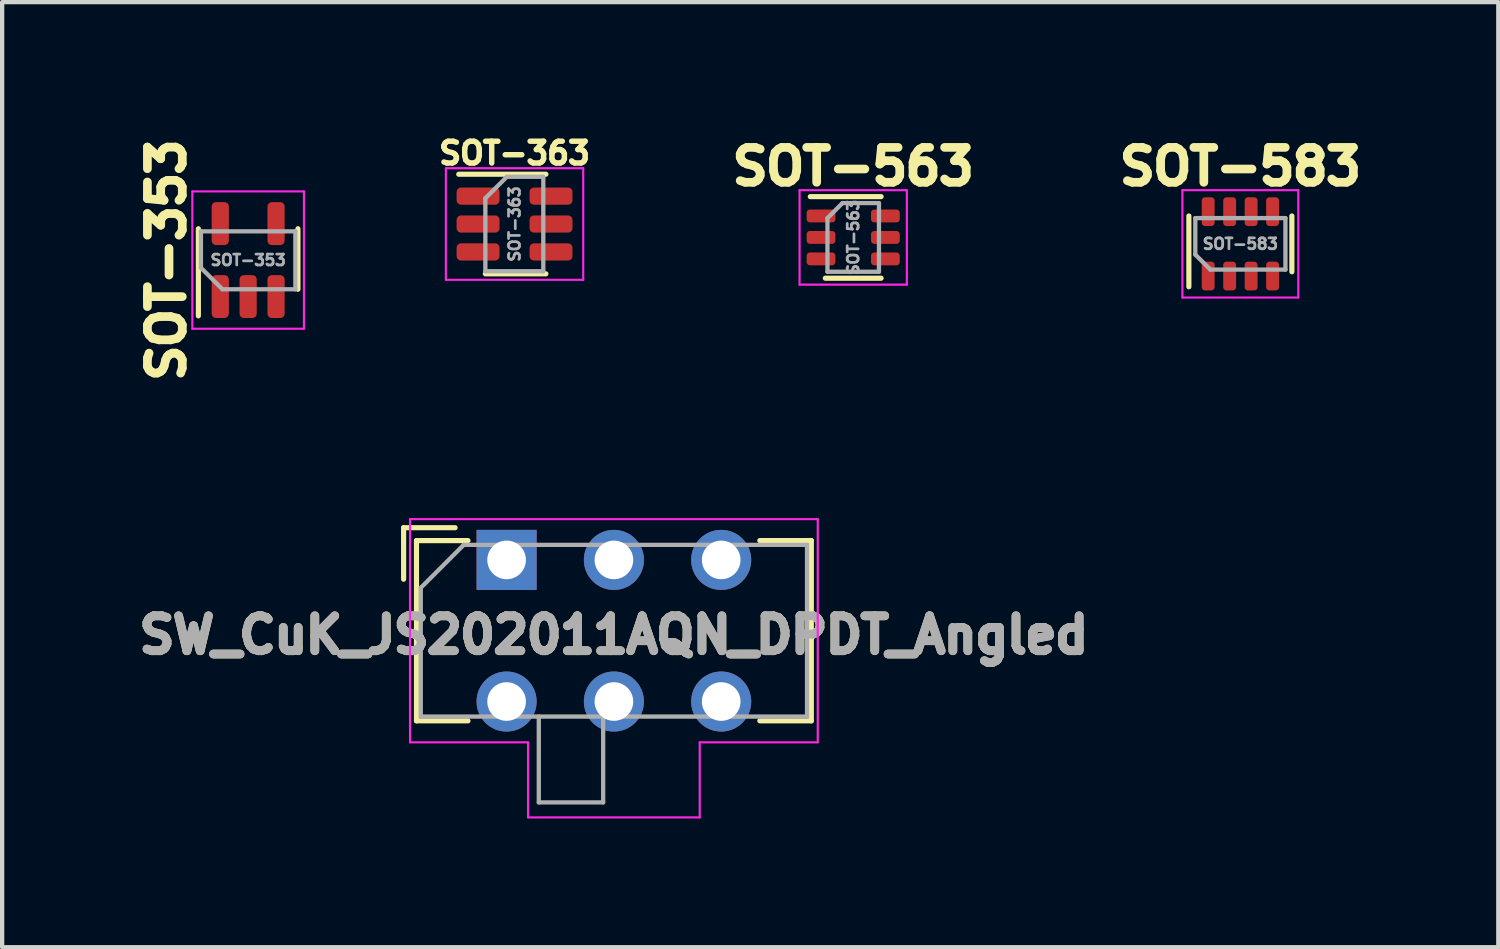
<source format=kicad_pcb>
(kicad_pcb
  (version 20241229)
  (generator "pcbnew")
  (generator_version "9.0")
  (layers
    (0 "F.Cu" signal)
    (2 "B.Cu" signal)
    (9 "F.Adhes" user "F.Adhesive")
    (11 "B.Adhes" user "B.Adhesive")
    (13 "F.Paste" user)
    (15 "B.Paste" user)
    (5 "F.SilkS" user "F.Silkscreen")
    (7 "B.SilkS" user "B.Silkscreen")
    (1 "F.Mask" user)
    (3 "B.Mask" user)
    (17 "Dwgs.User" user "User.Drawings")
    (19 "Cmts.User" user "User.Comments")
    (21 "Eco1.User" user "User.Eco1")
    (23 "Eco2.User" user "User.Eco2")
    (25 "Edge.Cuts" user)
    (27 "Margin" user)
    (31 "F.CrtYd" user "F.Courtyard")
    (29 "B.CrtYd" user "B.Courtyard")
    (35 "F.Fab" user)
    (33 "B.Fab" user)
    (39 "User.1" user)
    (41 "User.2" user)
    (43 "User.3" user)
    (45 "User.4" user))
  (footprint "SOT-363"
    (layer "F.Cu")
    (at 8.939 2.17)
    (property "Reference" "SOT-363" (at 0 -1.65 0) (layer "F.SilkS") (effects (font (size 0.508 0.508) (thickness 0.127))))
    (attr smd)
    (fp_line (start -0.68 1.16) (end 0.73 1.16) (stroke (width 0.12) (type solid)) (layer "F.SilkS"))
    (fp_line (start 0.73 -1.16) (end -1.3 -1.16) (stroke (width 0.12) (type solid)) (layer "F.SilkS"))
    (fp_line (start -1.6 -1.3) (end 1.6 -1.3) (stroke (width 0.05) (type solid)) (layer "F.CrtYd"))
    (fp_line (start -1.6 1.3) (end -1.6 -1.3) (stroke (width 0.05) (type solid)) (layer "F.CrtYd"))
    (fp_line (start 1.6 -1.3) (end 1.6 1.3) (stroke (width 0.05) (type solid)) (layer "F.CrtYd"))
    (fp_line (start 1.6 1.3) (end -1.6 1.3) (stroke (width 0.05) (type solid)) (layer "F.CrtYd"))
    (fp_line (start -0.68 -0.6) (end -0.68 1.1) (stroke (width 0.1) (type solid)) (layer "F.Fab"))
    (fp_line (start -0.18 -1.1) (end -0.68 -0.6) (stroke (width 0.1) (type solid)) (layer "F.Fab"))
    (fp_line (start 0.67 -1.1) (end -0.18 -1.1) (stroke (width 0.1) (type solid)) (layer "F.Fab"))
    (fp_line (start 0.67 -1.1) (end 0.67 1.1) (stroke (width 0.1) (type solid)) (layer "F.Fab"))
    (fp_line (start 0.67 1.1) (end -0.68 1.1) (stroke (width 0.1) (type solid)) (layer "F.Fab"))
    (fp_text user "${REFERENCE}" (at 0 0 90) (layer "F.Fab") (effects (font (size 0.254 0.254) (thickness 0.064))))
    (pad "1" smd roundrect (at -0.85 -0.65) (size 1 0.4) (layers "F.Cu" "F.Mask" "F.Paste") (roundrect_rratio 0.25))
    (pad "2" smd roundrect (at -0.85 0) (size 1 0.4) (layers "F.Cu" "F.Mask" "F.Paste") (roundrect_rratio 0.25))
    (pad "3" smd roundrect (at -0.85 0.65) (size 1 0.4) (layers "F.Cu" "F.Mask" "F.Paste") (roundrect_rratio 0.25))
    (pad "4" smd roundrect (at 0.85 0.65) (size 1 0.4) (layers "F.Cu" "F.Mask" "F.Paste") (roundrect_rratio 0.25))
    (pad "5" smd roundrect (at 0.85 0) (size 1 0.4) (layers "F.Cu" "F.Mask" "F.Paste") (roundrect_rratio 0.25))
    (pad "6" smd roundrect (at 0.85 -0.65) (size 1 0.4) (layers "F.Cu" "F.Mask" "F.Paste") (roundrect_rratio 0.25)))
  (footprint "SOT-583"
    (layer "F.Cu")
    (at 25.851 2.632)
    (property "Reference" "SOT-583" (at 0 0 180) (layer "F.Fab") (effects (font (size 0.254 0.254) (thickness 0.064))))
    (attr smd)
    (fp_line (start -1.2 -0.65) (end -1.2 1) (stroke (width 0.12) (type solid)) (layer "F.SilkS"))
    (fp_line (start 1.2 0.65) (end 1.2 -0.65) (stroke (width 0.12) (type solid)) (layer "F.SilkS"))
    (fp_line (start -1.35 -1.25) (end 1.35 -1.25) (stroke (width 0.05) (type solid)) (layer "F.CrtYd"))
    (fp_line (start -1.35 1.25) (end -1.35 -1.25) (stroke (width 0.05) (type solid)) (layer "F.CrtYd"))
    (fp_line (start 1.35 -1.25) (end 1.35 1.25) (stroke (width 0.05) (type solid)) (layer "F.CrtYd"))
    (fp_line (start 1.35 1.25) (end -1.35 1.25) (stroke (width 0.05) (type solid)) (layer "F.CrtYd"))
    (fp_line (start -1.05 -0.6) (end -1.05 0.25) (stroke (width 0.1) (type solid)) (layer "F.Fab"))
    (fp_line (start -1.05 -0.6) (end 1.05 -0.6) (stroke (width 0.1) (type solid)) (layer "F.Fab"))
    (fp_line (start -1.05 0.25) (end -0.7 0.6) (stroke (width 0.1) (type solid)) (layer "F.Fab"))
    (fp_line (start -0.7 0.6) (end 1.05 0.6) (stroke (width 0.1) (type solid)) (layer "F.Fab"))
    (fp_line (start 1.05 -0.6) (end 1.05 0.6) (stroke (width 0.1) (type solid)) (layer "F.Fab"))
    (fp_text user "${REFERENCE}" (at 0 -1.8 0) (layer "F.SilkS") (effects (font (size 0.813 0.813) (thickness 0.203))))
    (pad "1" smd roundrect (at -0.75 0.75 90) (size 0.67 0.3) (layers "F.Cu" "F.Mask" "F.Paste") (roundrect_rratio 0.25))
    (pad "2" smd roundrect (at -0.25 0.75 90) (size 0.67 0.3) (layers "F.Cu" "F.Mask" "F.Paste") (roundrect_rratio 0.25))
    (pad "3" smd roundrect (at 0.25 0.75 90) (size 0.67 0.3) (layers "F.Cu" "F.Mask" "F.Paste") (roundrect_rratio 0.25))
    (pad "4" smd roundrect (at 0.75 0.75 90) (size 0.67 0.3) (layers "F.Cu" "F.Mask" "F.Paste") (roundrect_rratio 0.25))
    (pad "5" smd roundrect (at 0.75 -0.75 90) (size 0.67 0.3) (layers "F.Cu" "F.Mask" "F.Paste") (roundrect_rratio 0.25))
    (pad "6" smd roundrect (at 0.25 -0.75 90) (size 0.67 0.3) (layers "F.Cu" "F.Mask" "F.Paste") (roundrect_rratio 0.25))
    (pad "7" smd roundrect (at -0.25 -0.75 90) (size 0.67 0.3) (layers "F.Cu" "F.Mask" "F.Paste") (roundrect_rratio 0.25))
    (pad "8" smd roundrect (at -0.75 -0.75 90) (size 0.67 0.3) (layers "F.Cu" "F.Mask" "F.Paste") (roundrect_rratio 0.25)))
  (footprint "SOT-563"
    (layer "F.Cu")
    (at 16.83 2.482)
    (property "Reference" "SOT-563" (at 0 0 90) (layer "F.Fab") (effects (font (size 0.254 0.254) (thickness 0.064))))
    (attr smd)
    (fp_line (start -0.65 0.95) (end 0.65 0.95) (stroke (width 0.12) (type solid)) (layer "F.SilkS"))
    (fp_line (start 0.65 -0.95) (end -1 -0.95) (stroke (width 0.12) (type solid)) (layer "F.SilkS"))
    (fp_line (start -1.25 -1.1) (end 1.25 -1.1) (stroke (width 0.05) (type solid)) (layer "F.CrtYd"))
    (fp_line (start -1.25 1.1) (end -1.25 -1.1) (stroke (width 0.05) (type solid)) (layer "F.CrtYd"))
    (fp_line (start 1.25 -1.1) (end 1.25 1.1) (stroke (width 0.05) (type solid)) (layer "F.CrtYd"))
    (fp_line (start 1.25 1.1) (end -1.25 1.1) (stroke (width 0.05) (type solid)) (layer "F.CrtYd"))
    (fp_line (start -0.6 -0.45) (end -0.6 0.8) (stroke (width 0.1) (type solid)) (layer "F.Fab"))
    (fp_line (start -0.25 -0.8) (end -0.6 -0.45) (stroke (width 0.1) (type solid)) (layer "F.Fab"))
    (fp_line (start 0.6 -0.8) (end -0.25 -0.8) (stroke (width 0.1) (type solid)) (layer "F.Fab"))
    (fp_line (start 0.6 -0.8) (end 0.6 0.8) (stroke (width 0.1) (type solid)) (layer "F.Fab"))
    (fp_line (start 0.6 0.8) (end -0.6 0.8) (stroke (width 0.1) (type solid)) (layer "F.Fab"))
    (fp_text user "${REFERENCE}" (at 0 -1.65 0) (layer "F.SilkS") (effects (font (size 0.813 0.813) (thickness 0.203))))
    (pad "1" smd roundrect (at -0.75 -0.5) (size 0.67 0.3) (layers "F.Cu" "F.Mask" "F.Paste") (roundrect_rratio 0.25))
    (pad "2" smd roundrect (at -0.75 0) (size 0.67 0.3) (layers "F.Cu" "F.Mask" "F.Paste") (roundrect_rratio 0.25))
    (pad "3" smd roundrect (at -0.75 0.5) (size 0.67 0.3) (layers "F.Cu" "F.Mask" "F.Paste") (roundrect_rratio 0.25))
    (pad "4" smd roundrect (at 0.75 0.5) (size 0.67 0.3) (layers "F.Cu" "F.Mask" "F.Paste") (roundrect_rratio 0.25))
    (pad "5" smd roundrect (at 0.75 0) (size 0.67 0.3) (layers "F.Cu" "F.Mask" "F.Paste") (roundrect_rratio 0.25))
    (pad "6" smd roundrect (at 0.75 -0.5) (size 0.67 0.3) (layers "F.Cu" "F.Mask" "F.Paste") (roundrect_rratio 0.25)))
  (footprint "SOT-353"
    (layer "F.Cu")
    (at 2.732 3.01)
    (property "Reference" "SOT-353" (at 0 0 180) (layer "F.Fab") (effects (font (size 0.254 0.254) (thickness 0.064))))
    (attr smd)
    (fp_line (start -1.16 -0.73) (end -1.16 1.3) (stroke (width 0.12) (type solid)) (layer "F.SilkS"))
    (fp_line (start 1.16 0.68) (end 1.16 -0.73) (stroke (width 0.12) (type solid)) (layer "F.SilkS"))
    (fp_line (start -1.3 -1.6) (end 1.3 -1.6) (stroke (width 0.05) (type solid)) (layer "F.CrtYd"))
    (fp_line (start -1.3 1.6) (end -1.3 -1.6) (stroke (width 0.05) (type solid)) (layer "F.CrtYd"))
    (fp_line (start 1.3 -1.6) (end 1.3 1.6) (stroke (width 0.05) (type solid)) (layer "F.CrtYd"))
    (fp_line (start 1.3 1.6) (end -1.3 1.6) (stroke (width 0.05) (type solid)) (layer "F.CrtYd"))
    (fp_line (start -1.1 -0.67) (end -1.1 0.18) (stroke (width 0.1) (type solid)) (layer "F.Fab"))
    (fp_line (start -1.1 -0.67) (end 1.1 -0.67) (stroke (width 0.1) (type solid)) (layer "F.Fab"))
    (fp_line (start -1.1 0.18) (end -0.6 0.68) (stroke (width 0.1) (type solid)) (layer "F.Fab"))
    (fp_line (start -0.6 0.68) (end 1.1 0.68) (stroke (width 0.1) (type solid)) (layer "F.Fab"))
    (fp_line (start 1.1 -0.67) (end 1.1 0.68) (stroke (width 0.1) (type solid)) (layer "F.Fab"))
    (fp_text user "${REFERENCE}" (at -1.9 0 270) (layer "F.SilkS") (effects (font (size 0.813 0.813) (thickness 0.203))))
    (pad "1" smd roundrect (at -0.65 0.85 90) (size 1 0.4) (layers "F.Cu" "F.Mask" "F.Paste") (roundrect_rratio 0.25))
    (pad "2" smd roundrect (at 0 0.85 90) (size 1 0.4) (layers "F.Cu" "F.Mask" "F.Paste") (roundrect_rratio 0.25))
    (pad "3" smd roundrect (at 0.65 0.85 90) (size 1 0.4) (layers "F.Cu" "F.Mask" "F.Paste") (roundrect_rratio 0.25))
    (pad "4" smd roundrect (at 0.65 -0.85 90) (size 1 0.4) (layers "F.Cu" "F.Mask" "F.Paste") (roundrect_rratio 0.25))
    (pad "5" smd roundrect (at -0.65 -0.85 90) (size 1 0.4) (layers "F.Cu" "F.Mask" "F.Paste") (roundrect_rratio 0.25)))
  (footprint "SW_CuK_JS202011AQN_DPDT_Angled"
    (layer "F.Cu")
    (at 8.754 9.996)
    (property "Reference" "SW_CuK_JS202011AQN_DPDT_Angled" (at 2.5 1.75 0) (layer "F.Fab") (effects (font (size 0.813 0.813) (thickness 0.203) (bold yes))))
    (attr through_hole)
    (fp_line (start -2.4 -0.75) (end -2.4 0.45) (stroke (width 0.12) (type solid)) (layer "F.SilkS"))
    (fp_line (start -2.1 -0.45) (end -2.1 3.75) (stroke (width 0.12) (type solid)) (layer "F.SilkS"))
    (fp_line (start -2.1 3.75) (end -0.9 3.75) (stroke (width 0.12) (type solid)) (layer "F.SilkS"))
    (fp_line (start -1.2 -0.75) (end -2.4 -0.75) (stroke (width 0.12) (type solid)) (layer "F.SilkS"))
    (fp_line (start -0.9 -0.45) (end -2.1 -0.45) (stroke (width 0.12) (type solid)) (layer "F.SilkS"))
    (fp_line (start 5.9 -0.45) (end 7.1 -0.45) (stroke (width 0.12) (type solid)) (layer "F.SilkS"))
    (fp_line (start 7.1 -0.45) (end 7.1 3.75) (stroke (width 0.12) (type solid)) (layer "F.SilkS"))
    (fp_line (start 7.1 3.75) (end 5.9 3.75) (stroke (width 0.12) (type solid)) (layer "F.SilkS"))
    (fp_line (start -2.25 -0.95) (end 7.25 -0.95) (stroke (width 0.05) (type solid)) (layer "F.CrtYd"))
    (fp_line (start -2.25 4.25) (end -2.25 -0.95) (stroke (width 0.05) (type solid)) (layer "F.CrtYd"))
    (fp_line (start 0.5 4.25) (end -2.25 4.25) (stroke (width 0.05) (type solid)) (layer "F.CrtYd"))
    (fp_line (start 0.5 4.25) (end 0.5 6) (stroke (width 0.05) (type solid)) (layer "F.CrtYd"))
    (fp_line (start 4.5 6) (end 0.5 6) (stroke (width 0.05) (type solid)) (layer "F.CrtYd"))
    (fp_line (start 4.5 6) (end 4.5 4.25) (stroke (width 0.05) (type solid)) (layer "F.CrtYd"))
    (fp_line (start 7.25 -0.95) (end 7.25 4.25) (stroke (width 0.05) (type solid)) (layer "F.CrtYd"))
    (fp_line (start 7.25 4.25) (end 4.5 4.25) (stroke (width 0.05) (type solid)) (layer "F.CrtYd"))
    (fp_line (start -2 3.65) (end -2 0.65) (stroke (width 0.1) (type solid)) (layer "F.Fab"))
    (fp_line (start -1 -0.35) (end -2 0.65) (stroke (width 0.1) (type solid)) (layer "F.Fab"))
    (fp_line (start -1 -0.35) (end 7 -0.35) (stroke (width 0.1) (type solid)) (layer "F.Fab"))
    (fp_line (start 0.75 3.65) (end 0.75 5.65) (stroke (width 0.1) (type solid)) (layer "F.Fab"))
    (fp_line (start 0.75 5.65) (end 2.25 5.65) (stroke (width 0.1) (type solid)) (layer "F.Fab"))
    (fp_line (start 2.25 5.65) (end 2.25 3.65) (stroke (width 0.1) (type solid)) (layer "F.Fab"))
    (fp_line (start 7 -0.35) (end 7 3.65) (stroke (width 0.1) (type solid)) (layer "F.Fab"))
    (fp_line (start 7 3.65) (end -2 3.65) (stroke (width 0.1) (type solid)) (layer "F.Fab"))
    (fp_text user "${REFERENCE}" (at 2.5 1.75 0) (layer "F.SilkS") (effects (font (size 0.813 0.813) (thickness 0.203) (bold yes))))
    (pad "1" thru_hole rect (at 0 0) (size 1.4 1.4) (drill 0.9) (layers "*.Cu" "*.Mask"))
    (pad "2" thru_hole circle (at 2.5 0) (size 1.4 1.4) (drill 0.9) (layers "*.Cu" "*.Mask"))
    (pad "3" thru_hole circle (at 5 0) (size 1.4 1.4) (drill 0.9) (layers "*.Cu" "*.Mask"))
    (pad "4" thru_hole circle (at 0 3.3) (size 1.4 1.4) (drill 0.9) (layers "*.Cu" "*.Mask"))
    (pad "5" thru_hole circle (at 2.5 3.3) (size 1.4 1.4) (drill 0.9) (layers "*.Cu" "*.Mask"))
    (pad "6" thru_hole circle (at 5 3.3) (size 1.4 1.4) (drill 0.9) (layers "*.Cu" "*.Mask")))
  (gr_rect
    (start -3 -3)
    (end 31.861 19.021)
    (stroke (width 0.1) (type default))
    (fill no)
    (layer "Edge.Cuts")))
</source>
